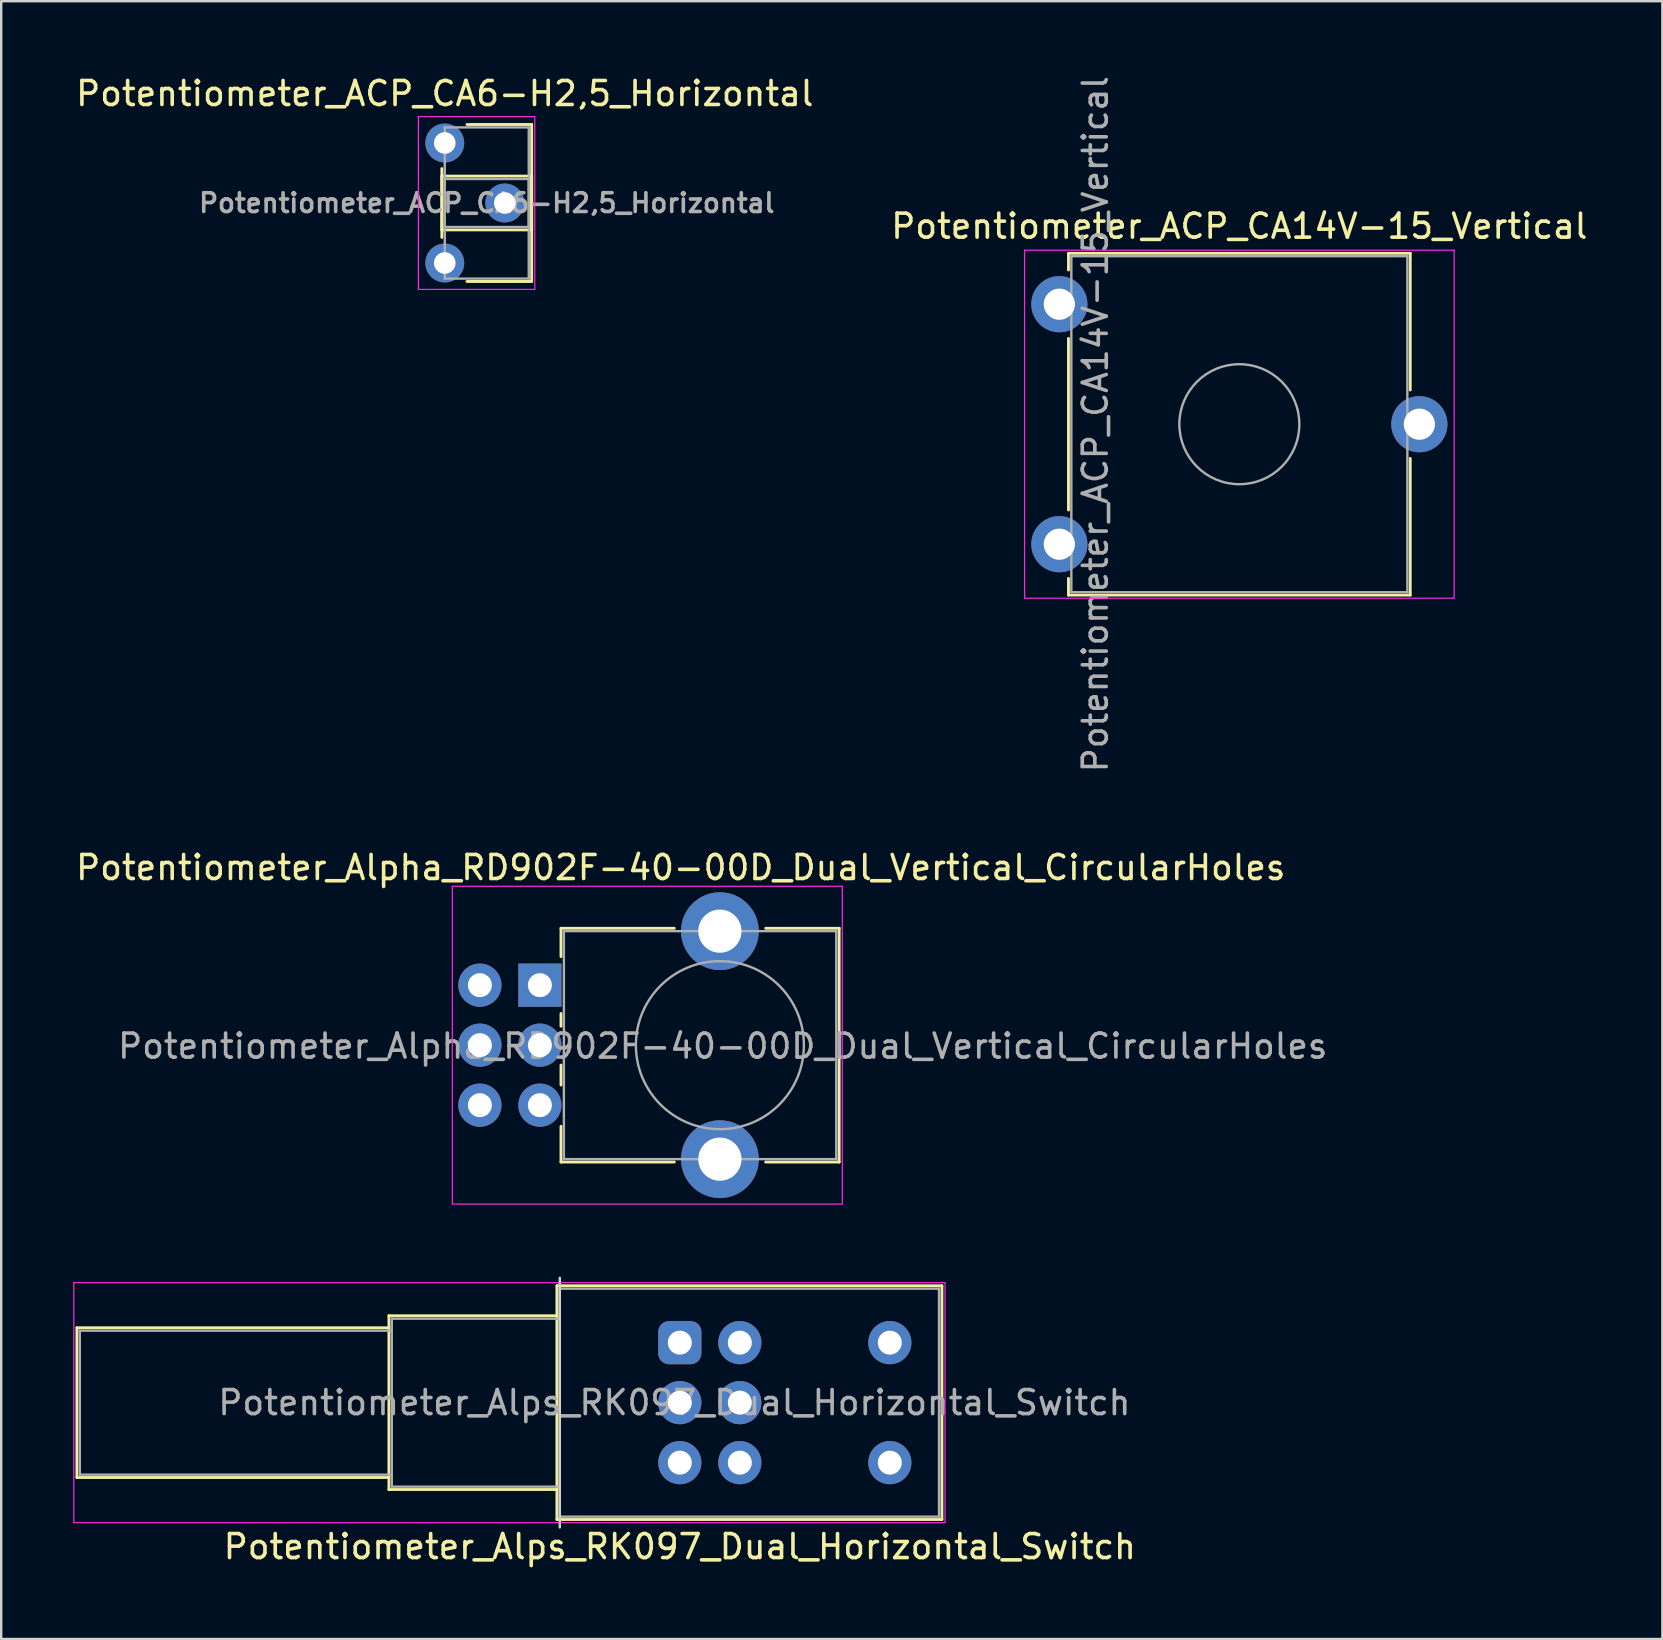
<source format=kicad_pcb>
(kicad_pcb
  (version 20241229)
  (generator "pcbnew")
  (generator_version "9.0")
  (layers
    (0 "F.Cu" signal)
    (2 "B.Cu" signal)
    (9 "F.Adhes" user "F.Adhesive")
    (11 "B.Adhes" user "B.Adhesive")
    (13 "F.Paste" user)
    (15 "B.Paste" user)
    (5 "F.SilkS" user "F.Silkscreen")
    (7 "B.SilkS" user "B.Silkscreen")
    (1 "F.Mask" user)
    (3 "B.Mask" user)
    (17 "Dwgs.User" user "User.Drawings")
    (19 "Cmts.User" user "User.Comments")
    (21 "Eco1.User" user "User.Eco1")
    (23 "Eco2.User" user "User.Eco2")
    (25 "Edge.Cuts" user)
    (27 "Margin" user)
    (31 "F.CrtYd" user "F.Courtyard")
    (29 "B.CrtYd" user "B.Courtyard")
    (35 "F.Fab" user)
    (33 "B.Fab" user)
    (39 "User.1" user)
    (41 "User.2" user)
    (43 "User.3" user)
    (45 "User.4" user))
  (footprint "Potentiometer_ACP_CA6-H2,5_Horizontal"
    (layer "F.Cu")
    (at 15.482 2.908)
    (property "Reference" "Potentiometer_ACP_CA6-H2,5_Horizontal" (at 0 -2.06 0) (layer "F.SilkS") (effects (font (size 1 1) (thickness 0.15))))
    (attr through_hole)
    (fp_line (start -0.121 1.066) (end -0.121 3.935) (stroke (width 0.12) (type solid)) (layer "F.SilkS"))
    (fp_line (start -0.121 1.38) (end -0.121 3.62) (stroke (width 0.12) (type solid)) (layer "F.SilkS"))
    (fp_line (start -0.121 1.38) (end 3.62 1.38) (stroke (width 0.12) (type solid)) (layer "F.SilkS"))
    (fp_line (start -0.121 3.62) (end 3.62 3.62) (stroke (width 0.12) (type solid)) (layer "F.SilkS"))
    (fp_line (start 0.925 -0.77) (end 3.62 -0.77) (stroke (width 0.12) (type solid)) (layer "F.SilkS"))
    (fp_line (start 0.925 5.77) (end 3.62 5.77) (stroke (width 0.12) (type solid)) (layer "F.SilkS"))
    (fp_line (start 3.62 -0.77) (end 3.62 5.77) (stroke (width 0.12) (type solid)) (layer "F.SilkS"))
    (fp_line (start 3.62 1.38) (end 3.62 3.62) (stroke (width 0.12) (type solid)) (layer "F.SilkS"))
    (fp_line (start -1.1 -1.1) (end -1.1 6.1) (stroke (width 0.05) (type solid)) (layer "F.CrtYd"))
    (fp_line (start -1.1 6.1) (end 3.75 6.1) (stroke (width 0.05) (type solid)) (layer "F.CrtYd"))
    (fp_line (start 3.75 -1.1) (end -1.1 -1.1) (stroke (width 0.05) (type solid)) (layer "F.CrtYd"))
    (fp_line (start 3.75 6.1) (end 3.75 -1.1) (stroke (width 0.05) (type solid)) (layer "F.CrtYd"))
    (fp_line (start 0 -0.65) (end 3.5 -0.65) (stroke (width 0.1) (type solid)) (layer "F.Fab"))
    (fp_line (start 0 1.5) (end 0 3.5) (stroke (width 0.1) (type solid)) (layer "F.Fab"))
    (fp_line (start 0 3.5) (end 3.5 3.5) (stroke (width 0.1) (type solid)) (layer "F.Fab"))
    (fp_line (start 0 5.65) (end 0 -0.65) (stroke (width 0.1) (type solid)) (layer "F.Fab"))
    (fp_line (start 3.5 -0.65) (end 3.5 5.65) (stroke (width 0.1) (type solid)) (layer "F.Fab"))
    (fp_line (start 3.5 1.5) (end 0 1.5) (stroke (width 0.1) (type solid)) (layer "F.Fab"))
    (fp_line (start 3.5 3.5) (end 3.5 1.5) (stroke (width 0.1) (type solid)) (layer "F.Fab"))
    (fp_line (start 3.5 5.65) (end 0 5.65) (stroke (width 0.1) (type solid)) (layer "F.Fab"))
    (fp_text user "${REFERENCE}" (at 1.75 2.5 0) (layer "F.Fab") (effects (font (size 0.78 0.78) (thickness 0.15))))
    (pad "1" thru_hole circle (at 0 0) (size 1.62 1.62) (drill 0.9) (layers "*.Cu" "*.Mask"))
    (pad "2" thru_hole circle (at 2.5 2.5) (size 1.62 1.62) (drill 0.9) (layers "*.Cu" "*.Mask"))
    (pad "3" thru_hole circle (at 0 5) (size 1.62 1.62) (drill 0.9) (layers "*.Cu" "*.Mask")))
  (footprint "Potentiometer_Alps_RK097_Dual_Horizontal_Switch"
    (layer "F.Cu")
    (at 25.275 52.893)
    (property "Reference" "Potentiometer_Alps_RK097_Dual_Horizontal_Switch" (at 0 8.5 180) (layer "F.SilkS") (effects (font (size 1 1) (thickness 0.15))))
    (attr through_hole)
    (fp_line (start -25.12 5.62) (end -25.12 -0.62) (stroke (width 0.12) (type solid)) (layer "F.SilkS"))
    (fp_line (start -12.12 -0.62) (end -25.12 -0.62) (stroke (width 0.12) (type solid)) (layer "F.SilkS"))
    (fp_line (start -12.12 5.62) (end -25.12 5.62) (stroke (width 0.12) (type solid)) (layer "F.SilkS"))
    (fp_line (start -12.12 6.12) (end -12.12 -1.12) (stroke (width 0.12) (type solid)) (layer "F.SilkS"))
    (fp_line (start -5.12 -1.12) (end -12.12 -1.12) (stroke (width 0.12) (type solid)) (layer "F.SilkS"))
    (fp_line (start -5.12 6.12) (end -12.12 6.12) (stroke (width 0.12) (type solid)) (layer "F.SilkS"))
    (fp_line (start -5.12 7.37) (end -5.12 -2.37) (stroke (width 0.12) (type solid)) (layer "F.SilkS"))
    (fp_line (start 10.921 -2.37) (end -5.12 -2.37) (stroke (width 0.12) (type solid)) (layer "F.SilkS"))
    (fp_line (start 10.921 7.37) (end -5.12 7.37) (stroke (width 0.12) (type solid)) (layer "F.SilkS"))
    (fp_line (start 10.921 7.37) (end 10.921 -2.37) (stroke (width 0.12) (type solid)) (layer "F.SilkS"))
    (fp_line (start -5 -2.7) (end -5 7.7) (stroke (width 0.1) (type solid)) (layer "Edge.Cuts"))
    (fp_line (start -25.25 -2.5) (end -25.25 7.5) (stroke (width 0.05) (type solid)) (layer "F.CrtYd"))
    (fp_line (start -25.25 7.5) (end 11.05 7.5) (stroke (width 0.05) (type solid)) (layer "F.CrtYd"))
    (fp_line (start 11.05 -2.5) (end -25.25 -2.5) (stroke (width 0.05) (type solid)) (layer "F.CrtYd"))
    (fp_line (start 11.05 7.5) (end 11.05 -2.5) (stroke (width 0.05) (type solid)) (layer "F.CrtYd"))
    (fp_line (start -25 -0.5) (end -25 5.5) (stroke (width 0.1) (type solid)) (layer "F.Fab"))
    (fp_line (start -25 5.5) (end -12 5.5) (stroke (width 0.1) (type solid)) (layer "F.Fab"))
    (fp_line (start -12 -1) (end -12 6) (stroke (width 0.1) (type solid)) (layer "F.Fab"))
    (fp_line (start -12 -0.5) (end -25 -0.5) (stroke (width 0.1) (type solid)) (layer "F.Fab"))
    (fp_line (start -12 6) (end -5 6) (stroke (width 0.1) (type solid)) (layer "F.Fab"))
    (fp_line (start -5 -2.25) (end -5 7.25) (stroke (width 0.1) (type solid)) (layer "F.Fab"))
    (fp_line (start -5 -1) (end -12 -1) (stroke (width 0.1) (type solid)) (layer "F.Fab"))
    (fp_line (start -5 7.25) (end 10.8 7.25) (stroke (width 0.1) (type solid)) (layer "F.Fab"))
    (fp_line (start 10.8 -2.25) (end -5 -2.25) (stroke (width 0.1) (type solid)) (layer "F.Fab"))
    (fp_line (start 10.8 7.25) (end 10.8 -2.25) (stroke (width 0.1) (type solid)) (layer "F.Fab"))
    (fp_text user "${REFERENCE}" (at -0.225 2.5 180) (layer "F.Fab") (effects (font (size 1 1) (thickness 0.15))))
    (pad "1" thru_hole roundrect (at 0 0 180) (size 1.8 1.8) (drill 1) (layers "*.Cu" "*.Mask") (roundrect_rratio 0.25))
    (pad "2" thru_hole circle (at 0 2.5 180) (size 1.8 1.8) (drill 1) (layers "*.Cu" "*.Mask"))
    (pad "3" thru_hole circle (at 0 5 180) (size 1.8 1.8) (drill 1) (layers "*.Cu" "*.Mask"))
    (pad "4" thru_hole circle (at 2.5 0 180) (size 1.8 1.8) (drill 1) (layers "*.Cu" "*.Mask"))
    (pad "5" thru_hole circle (at 2.5 2.5 180) (size 1.8 1.8) (drill 1) (layers "*.Cu" "*.Mask"))
    (pad "6" thru_hole circle (at 2.5 5 180) (size 1.8 1.8) (drill 1) (layers "*.Cu" "*.Mask"))
    (pad "7" thru_hole circle (at 8.75 0 180) (size 1.8 1.8) (drill 1) (layers "*.Cu" "*.Mask"))
    (pad "8" thru_hole circle (at 8.75 5 180) (size 1.8 1.8) (drill 1) (layers "*.Cu" "*.Mask")))
  (footprint "Potentiometer_Alpha_RD902F-40-00D_Dual_Vertical_CircularHoles"
    (layer "F.Cu")
    (at 19.445 37.998)
    (property "Reference" "Potentiometer_Alpha_RD902F-40-00D_Dual_Vertical_CircularHoles" (at 5.87 -4.9 180) (layer "F.SilkS") (effects (font (size 1 1) (thickness 0.15))))
    (attr through_hole)
    (fp_line (start 0.88 -2.37) (end 5.6 -2.37) (stroke (width 0.12) (type solid)) (layer "F.SilkS"))
    (fp_line (start 0.88 -1.19) (end 0.88 -2.37) (stroke (width 0.12) (type solid)) (layer "F.SilkS"))
    (fp_line (start 0.88 1.71) (end 0.88 1.18) (stroke (width 0.12) (type solid)) (layer "F.SilkS"))
    (fp_line (start 0.88 4.16) (end 0.88 3.33) (stroke (width 0.12) (type solid)) (layer "F.SilkS"))
    (fp_line (start 0.88 7.37) (end 0.88 5.88) (stroke (width 0.12) (type solid)) (layer "F.SilkS"))
    (fp_line (start 0.88 7.37) (end 5.6 7.37) (stroke (width 0.12) (type solid)) (layer "F.SilkS"))
    (fp_line (start 9.41 -2.37) (end 12.47 -2.37) (stroke (width 0.12) (type solid)) (layer "F.SilkS"))
    (fp_line (start 9.41 7.37) (end 12.47 7.37) (stroke (width 0.12) (type solid)) (layer "F.SilkS"))
    (fp_line (start 12.47 7.37) (end 12.47 -2.37) (stroke (width 0.12) (type solid)) (layer "F.SilkS"))
    (fp_line (start -3.65 -4.12) (end -3.65 9.12) (stroke (width 0.05) (type solid)) (layer "F.CrtYd"))
    (fp_line (start -3.65 9.12) (end 12.6 9.12) (stroke (width 0.05) (type solid)) (layer "F.CrtYd"))
    (fp_line (start 12.6 -4.12) (end -3.65 -4.12) (stroke (width 0.05) (type solid)) (layer "F.CrtYd"))
    (fp_line (start 12.6 9.12) (end 12.6 -4.12) (stroke (width 0.05) (type solid)) (layer "F.CrtYd"))
    (fp_line (start 1 -2.25) (end 12.35 -2.25) (stroke (width 0.1) (type solid)) (layer "F.Fab"))
    (fp_line (start 1 7.25) (end 1 -2.25) (stroke (width 0.1) (type solid)) (layer "F.Fab"))
    (fp_line (start 1 7.25) (end 12.35 7.25) (stroke (width 0.1) (type solid)) (layer "F.Fab"))
    (fp_line (start 12.35 7.25) (end 12.35 -2.25) (stroke (width 0.1) (type solid)) (layer "F.Fab"))
    (fp_circle (center 7.5 2.5) (end 7.5 -1) (stroke (width 0.1) (type solid)) (fill no) (layer "F.Fab"))
    (fp_text user "${REFERENCE}" (at 7.62 2.54 0) (layer "F.Fab") (effects (font (size 1 1) (thickness 0.15))))
    (pad "" thru_hole circle (at 7.5 -2.25 90) (size 3.24 3.24) (drill 1.8) (layers "*.Cu" "*.Mask"))
    (pad "" thru_hole circle (at 7.5 7.25 90) (size 3.24 3.24) (drill 1.8) (layers "*.Cu" "*.Mask"))
    (pad "1" thru_hole rect (at 0 0 90) (size 1.8 1.8) (drill 1) (layers "*.Cu" "*.Mask"))
    (pad "2" thru_hole circle (at 0 2.5 90) (size 1.8 1.8) (drill 1) (layers "*.Cu" "*.Mask"))
    (pad "3" thru_hole circle (at 0 5 90) (size 1.8 1.8) (drill 1) (layers "*.Cu" "*.Mask"))
    (pad "4" thru_hole circle (at -2.5 0 90) (size 1.8 1.8) (drill 1) (layers "*.Cu" "*.Mask"))
    (pad "5" thru_hole circle (at -2.5 2.5 90) (size 1.8 1.8) (drill 1) (layers "*.Cu" "*.Mask"))
    (pad "6" thru_hole circle (at -2.5 5 90) (size 1.8 1.8) (drill 1) (layers "*.Cu" "*.Mask")))
  (footprint "Potentiometer_ACP_CA14V-15_Vertical"
    (layer "F.Cu")
    (at 41.089 19.625)
    (property "Reference" "Potentiometer_ACP_CA14V-15_Vertical" (at 7.5 -13.25 0) (layer "F.SilkS") (effects (font (size 1 1) (thickness 0.15))))
    (attr through_hole)
    (fp_line (start 0.38 -12.12) (end 0.38 -11.426) (stroke (width 0.12) (type solid)) (layer "F.SilkS"))
    (fp_line (start 0.38 -12.12) (end 14.62 -12.12) (stroke (width 0.12) (type solid)) (layer "F.SilkS"))
    (fp_line (start 0.38 -8.574) (end 0.38 -1.425) (stroke (width 0.12) (type solid)) (layer "F.SilkS"))
    (fp_line (start 0.38 1.425) (end 0.38 2.12) (stroke (width 0.12) (type solid)) (layer "F.SilkS"))
    (fp_line (start 0.38 2.12) (end 14.62 2.12) (stroke (width 0.12) (type solid)) (layer "F.SilkS"))
    (fp_line (start 14.62 -12.12) (end 14.62 -6.425) (stroke (width 0.12) (type solid)) (layer "F.SilkS"))
    (fp_line (start 14.62 -3.575) (end 14.62 2.12) (stroke (width 0.12) (type solid)) (layer "F.SilkS"))
    (fp_line (start -1.45 -12.25) (end -1.45 2.25) (stroke (width 0.05) (type solid)) (layer "F.CrtYd"))
    (fp_line (start -1.45 2.25) (end 16.45 2.25) (stroke (width 0.05) (type solid)) (layer "F.CrtYd"))
    (fp_line (start 16.45 -12.25) (end -1.45 -12.25) (stroke (width 0.05) (type solid)) (layer "F.CrtYd"))
    (fp_line (start 16.45 2.25) (end 16.45 -12.25) (stroke (width 0.05) (type solid)) (layer "F.CrtYd"))
    (fp_line (start 0.5 -12) (end 0.5 2) (stroke (width 0.1) (type solid)) (layer "F.Fab"))
    (fp_line (start 0.5 2) (end 14.5 2) (stroke (width 0.1) (type solid)) (layer "F.Fab"))
    (fp_line (start 14.5 -12) (end 0.5 -12) (stroke (width 0.1) (type solid)) (layer "F.Fab"))
    (fp_line (start 14.5 2) (end 14.5 -12) (stroke (width 0.1) (type solid)) (layer "F.Fab"))
    (fp_circle (center 7.5 -5) (end 10 -5) (stroke (width 0.1) (type solid)) (fill no) (layer "F.Fab"))
    (fp_text user "${REFERENCE}" (at 1.5 -5 90) (layer "F.Fab") (effects (font (size 1 1) (thickness 0.15))))
    (pad "1" thru_hole circle (at 0 0) (size 2.34 2.34) (drill 1.3) (layers "*.Cu" "*.Mask"))
    (pad "2" thru_hole circle (at 15 -5) (size 2.34 2.34) (drill 1.3) (layers "*.Cu" "*.Mask"))
    (pad "3" thru_hole circle (at 0 -10) (size 2.34 2.34) (drill 1.3) (layers "*.Cu" "*.Mask")))
  (gr_rect
    (start -3 -3)
    (end 66.214 65.242)
    (stroke (width 0.1) (type default))
    (fill no)
    (layer "Edge.Cuts")))
</source>
